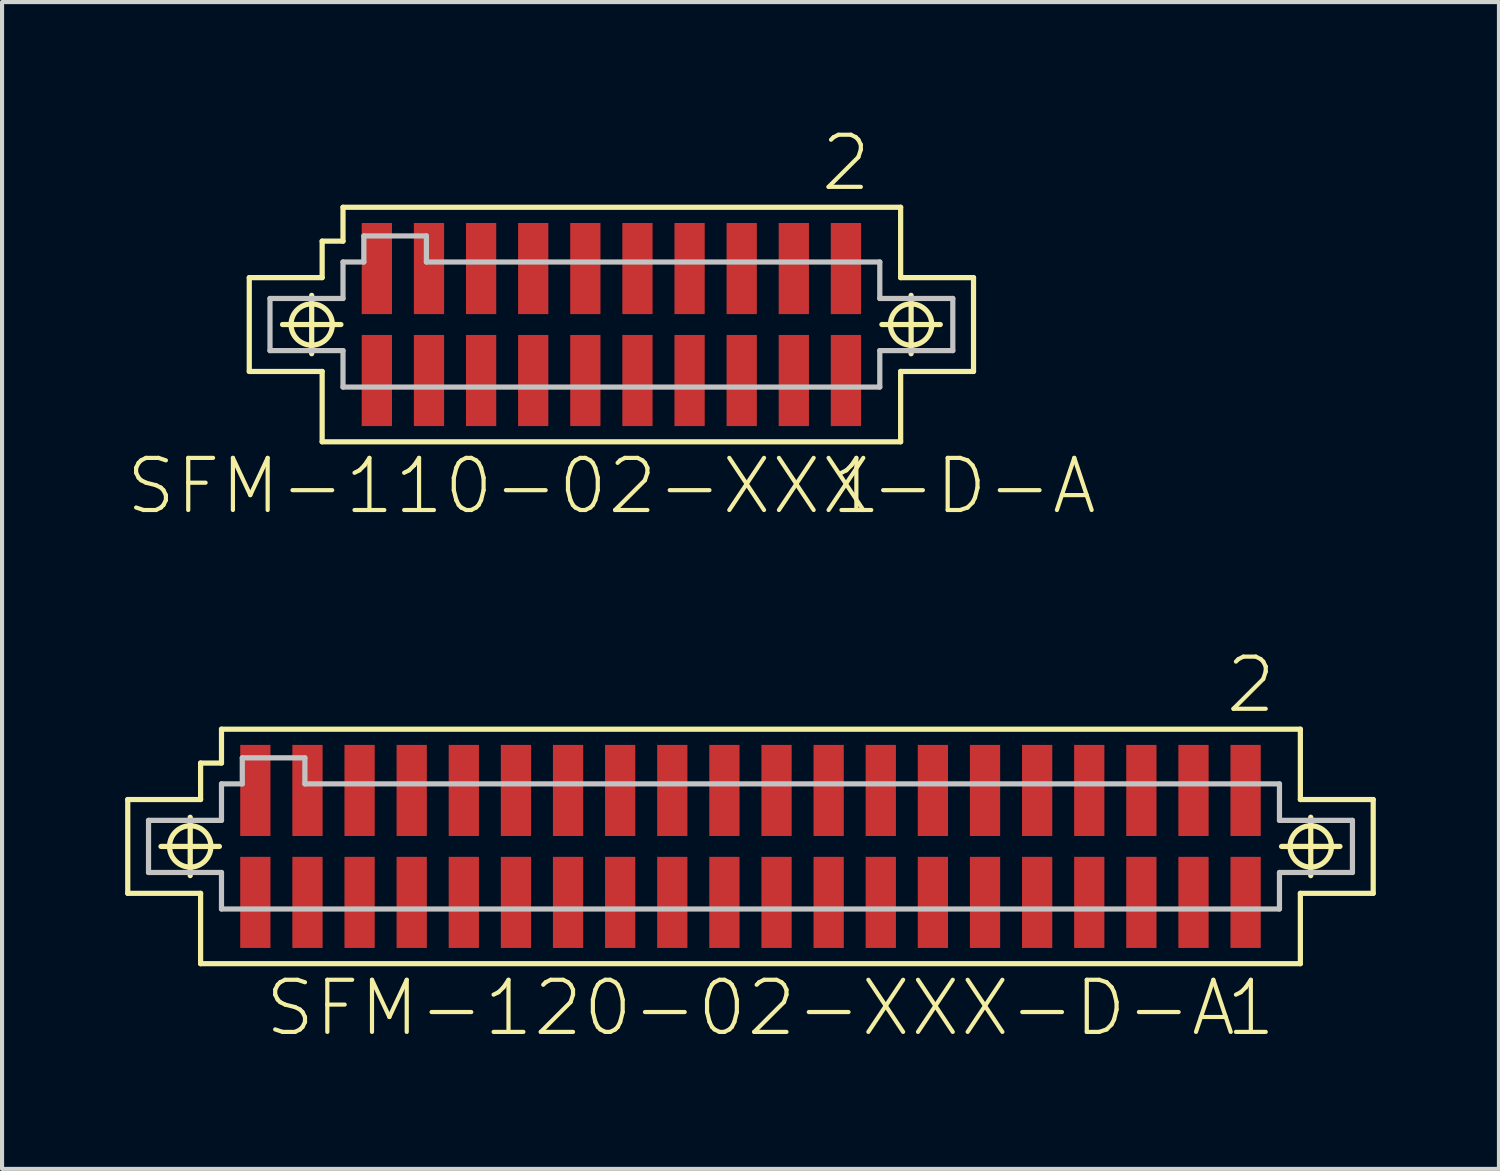
<source format=kicad_pcb>
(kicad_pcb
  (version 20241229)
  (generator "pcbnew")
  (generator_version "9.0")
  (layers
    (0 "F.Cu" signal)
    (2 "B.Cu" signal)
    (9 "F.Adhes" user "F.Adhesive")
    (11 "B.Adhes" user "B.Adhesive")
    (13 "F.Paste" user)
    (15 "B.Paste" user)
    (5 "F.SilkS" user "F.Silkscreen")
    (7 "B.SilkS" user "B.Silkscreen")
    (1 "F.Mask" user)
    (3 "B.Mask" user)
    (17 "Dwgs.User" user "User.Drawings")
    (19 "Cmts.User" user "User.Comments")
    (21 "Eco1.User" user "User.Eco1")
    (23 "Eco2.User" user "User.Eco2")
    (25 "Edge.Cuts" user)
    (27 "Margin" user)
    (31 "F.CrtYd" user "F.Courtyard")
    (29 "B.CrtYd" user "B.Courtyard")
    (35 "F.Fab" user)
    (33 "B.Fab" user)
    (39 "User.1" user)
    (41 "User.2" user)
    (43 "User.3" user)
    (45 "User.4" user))
  (footprint "SFM-120-02-XXX-D-A"
    (layer "F.Cu")
    (at 15.237 17.575)
    (property "Reference" "SFM-120-02-XXX-D-A" (at 0 3.937 0) (layer "F.SilkS") (effects (font (size 1.27 1.27) (thickness 0.102))))
    (attr smd)
    (fp_line (start -15.174 -1.143) (end -13.399 -1.143) (stroke (width 0.127) (type solid)) (layer "F.SilkS"))
    (fp_line (start -15.174 1.143) (end -15.174 -1.143) (stroke (width 0.127) (type solid)) (layer "F.SilkS"))
    (fp_line (start -14.364 0) (end -12.941 0) (stroke (width 0.127) (type solid)) (layer "F.SilkS"))
    (fp_line (start -13.652 0.711) (end -13.652 -0.711) (stroke (width 0.127) (type solid)) (layer "F.SilkS"))
    (fp_line (start -13.399 -2.032) (end -12.89 -2.032) (stroke (width 0.127) (type solid)) (layer "F.SilkS"))
    (fp_line (start -13.399 -1.143) (end -13.399 -2.032) (stroke (width 0.127) (type solid)) (layer "F.SilkS"))
    (fp_line (start -13.399 1.143) (end -15.174 1.143) (stroke (width 0.127) (type solid)) (layer "F.SilkS"))
    (fp_line (start -13.399 2.857) (end -13.399 1.143) (stroke (width 0.127) (type solid)) (layer "F.SilkS"))
    (fp_line (start -12.89 -2.857) (end 13.399 -2.857) (stroke (width 0.127) (type solid)) (layer "F.SilkS"))
    (fp_line (start -12.89 -2.032) (end -12.89 -2.857) (stroke (width 0.127) (type solid)) (layer "F.SilkS"))
    (fp_line (start 12.941 0) (end 14.364 0) (stroke (width 0.127) (type solid)) (layer "F.SilkS"))
    (fp_line (start 13.399 -2.857) (end 13.399 -1.143) (stroke (width 0.127) (type solid)) (layer "F.SilkS"))
    (fp_line (start 13.399 -1.143) (end 15.174 -1.143) (stroke (width 0.127) (type solid)) (layer "F.SilkS"))
    (fp_line (start 13.399 1.143) (end 13.399 2.857) (stroke (width 0.127) (type solid)) (layer "F.SilkS"))
    (fp_line (start 13.399 2.857) (end -13.399 2.857) (stroke (width 0.127) (type solid)) (layer "F.SilkS"))
    (fp_line (start 13.652 0.711) (end 13.652 -0.711) (stroke (width 0.127) (type solid)) (layer "F.SilkS"))
    (fp_line (start 15.174 -1.143) (end 15.174 1.143) (stroke (width 0.127) (type solid)) (layer "F.SilkS"))
    (fp_line (start 15.174 1.143) (end 13.399 1.143) (stroke (width 0.127) (type solid)) (layer "F.SilkS"))
    (fp_circle (center -13.652 0) (end -14.008 0.356) (stroke (width 0.127) (type solid)) (fill no) (layer "F.SilkS"))
    (fp_circle (center 13.652 0) (end 14.008 0.356) (stroke (width 0.127) (type solid)) (fill no) (layer "F.SilkS"))
    (fp_line (start -14.668 -0.635) (end -12.89 -0.635) (stroke (width 0.127) (type solid)) (layer "Dwgs.User"))
    (fp_line (start -14.668 0.635) (end -14.668 -0.635) (stroke (width 0.127) (type solid)) (layer "Dwgs.User"))
    (fp_line (start -12.89 -1.524) (end -12.383 -1.524) (stroke (width 0.127) (type solid)) (layer "Dwgs.User"))
    (fp_line (start -12.89 -0.635) (end -12.89 -1.524) (stroke (width 0.127) (type solid)) (layer "Dwgs.User"))
    (fp_line (start -12.89 0.635) (end -14.668 0.635) (stroke (width 0.127) (type solid)) (layer "Dwgs.User"))
    (fp_line (start -12.89 1.524) (end -12.89 0.635) (stroke (width 0.127) (type solid)) (layer "Dwgs.User"))
    (fp_line (start -12.383 -2.159) (end -10.858 -2.159) (stroke (width 0.127) (type solid)) (layer "Dwgs.User"))
    (fp_line (start -12.383 -1.524) (end -12.383 -2.159) (stroke (width 0.127) (type solid)) (layer "Dwgs.User"))
    (fp_line (start -10.858 -2.159) (end -10.858 -1.524) (stroke (width 0.127) (type solid)) (layer "Dwgs.User"))
    (fp_line (start -10.858 -1.524) (end 12.89 -1.524) (stroke (width 0.127) (type solid)) (layer "Dwgs.User"))
    (fp_line (start 12.89 -1.524) (end 12.89 -0.635) (stroke (width 0.127) (type solid)) (layer "Dwgs.User"))
    (fp_line (start 12.89 -0.635) (end 14.668 -0.635) (stroke (width 0.127) (type solid)) (layer "Dwgs.User"))
    (fp_line (start 12.89 0.635) (end 12.89 1.524) (stroke (width 0.127) (type solid)) (layer "Dwgs.User"))
    (fp_line (start 12.89 1.524) (end -12.89 1.524) (stroke (width 0.127) (type solid)) (layer "Dwgs.User"))
    (fp_line (start 14.668 -0.635) (end 14.668 0.635) (stroke (width 0.127) (type solid)) (layer "Dwgs.User"))
    (fp_line (start 14.668 0.635) (end 12.89 0.635) (stroke (width 0.127) (type solid)) (layer "Dwgs.User"))
    (fp_text user "1" (at 12.192 3.937 0) (layer "F.SilkS") (effects (font (size 1.27 1.27) (thickness 0.102))))
    (fp_text user "2" (at 12.192 -3.937 0) (layer "F.SilkS") (effects (font (size 1.27 1.27) (thickness 0.102))))
    (pad "1" smd rect (at 12.065 1.364) (size 0.737 2.22) (layers "F.Cu" "F.Mask" "F.Paste"))
    (pad "2" smd rect (at 12.065 -1.364) (size 0.737 2.22) (layers "F.Cu" "F.Mask" "F.Paste"))
    (pad "3" smd rect (at 10.795 1.364) (size 0.737 2.22) (layers "F.Cu" "F.Mask" "F.Paste"))
    (pad "4" smd rect (at 10.795 -1.364) (size 0.737 2.22) (layers "F.Cu" "F.Mask" "F.Paste"))
    (pad "5" smd rect (at 9.525 1.364) (size 0.737 2.22) (layers "F.Cu" "F.Mask" "F.Paste"))
    (pad "6" smd rect (at 9.525 -1.364) (size 0.737 2.22) (layers "F.Cu" "F.Mask" "F.Paste"))
    (pad "7" smd rect (at 8.255 1.364) (size 0.737 2.22) (layers "F.Cu" "F.Mask" "F.Paste"))
    (pad "8" smd rect (at 8.255 -1.364) (size 0.737 2.22) (layers "F.Cu" "F.Mask" "F.Paste"))
    (pad "9" smd rect (at 6.985 1.364) (size 0.737 2.22) (layers "F.Cu" "F.Mask" "F.Paste"))
    (pad "10" smd rect (at 6.985 -1.364) (size 0.737 2.22) (layers "F.Cu" "F.Mask" "F.Paste"))
    (pad "11" smd rect (at 5.715 1.364) (size 0.737 2.22) (layers "F.Cu" "F.Mask" "F.Paste"))
    (pad "12" smd rect (at 5.715 -1.364) (size 0.737 2.22) (layers "F.Cu" "F.Mask" "F.Paste"))
    (pad "13" smd rect (at 4.445 1.364) (size 0.737 2.22) (layers "F.Cu" "F.Mask" "F.Paste"))
    (pad "14" smd rect (at 4.445 -1.364) (size 0.737 2.22) (layers "F.Cu" "F.Mask" "F.Paste"))
    (pad "15" smd rect (at 3.175 1.364) (size 0.737 2.22) (layers "F.Cu" "F.Mask" "F.Paste"))
    (pad "16" smd rect (at 3.175 -1.364) (size 0.737 2.22) (layers "F.Cu" "F.Mask" "F.Paste"))
    (pad "17" smd rect (at 1.905 1.364) (size 0.737 2.22) (layers "F.Cu" "F.Mask" "F.Paste"))
    (pad "18" smd rect (at 1.905 -1.364) (size 0.737 2.22) (layers "F.Cu" "F.Mask" "F.Paste"))
    (pad "19" smd rect (at 0.635 1.364) (size 0.737 2.22) (layers "F.Cu" "F.Mask" "F.Paste"))
    (pad "20" smd rect (at 0.635 -1.364) (size 0.737 2.22) (layers "F.Cu" "F.Mask" "F.Paste"))
    (pad "21" smd rect (at -0.635 1.364) (size 0.737 2.22) (layers "F.Cu" "F.Mask" "F.Paste"))
    (pad "22" smd rect (at -0.635 -1.364) (size 0.737 2.22) (layers "F.Cu" "F.Mask" "F.Paste"))
    (pad "23" smd rect (at -1.905 1.364) (size 0.737 2.22) (layers "F.Cu" "F.Mask" "F.Paste"))
    (pad "24" smd rect (at -1.905 -1.364) (size 0.737 2.22) (layers "F.Cu" "F.Mask" "F.Paste"))
    (pad "25" smd rect (at -3.175 1.364) (size 0.737 2.22) (layers "F.Cu" "F.Mask" "F.Paste"))
    (pad "26" smd rect (at -3.175 -1.364) (size 0.737 2.22) (layers "F.Cu" "F.Mask" "F.Paste"))
    (pad "27" smd rect (at -4.445 1.364) (size 0.737 2.22) (layers "F.Cu" "F.Mask" "F.Paste"))
    (pad "28" smd rect (at -4.445 -1.364) (size 0.737 2.22) (layers "F.Cu" "F.Mask" "F.Paste"))
    (pad "29" smd rect (at -5.715 1.364) (size 0.737 2.22) (layers "F.Cu" "F.Mask" "F.Paste"))
    (pad "30" smd rect (at -5.715 -1.364) (size 0.737 2.22) (layers "F.Cu" "F.Mask" "F.Paste"))
    (pad "31" smd rect (at -6.985 1.364) (size 0.737 2.22) (layers "F.Cu" "F.Mask" "F.Paste"))
    (pad "32" smd rect (at -6.985 -1.364) (size 0.737 2.22) (layers "F.Cu" "F.Mask" "F.Paste"))
    (pad "33" smd rect (at -8.255 1.364) (size 0.737 2.22) (layers "F.Cu" "F.Mask" "F.Paste"))
    (pad "34" smd rect (at -8.255 -1.364) (size 0.737 2.22) (layers "F.Cu" "F.Mask" "F.Paste"))
    (pad "35" smd rect (at -9.525 1.364) (size 0.737 2.22) (layers "F.Cu" "F.Mask" "F.Paste"))
    (pad "36" smd rect (at -9.525 -1.364) (size 0.737 2.22) (layers "F.Cu" "F.Mask" "F.Paste"))
    (pad "37" smd rect (at -10.795 1.364) (size 0.737 2.22) (layers "F.Cu" "F.Mask" "F.Paste"))
    (pad "38" smd rect (at -10.795 -1.364) (size 0.737 2.22) (layers "F.Cu" "F.Mask" "F.Paste"))
    (pad "39" smd rect (at -12.065 1.364) (size 0.737 2.22) (layers "F.Cu" "F.Mask" "F.Paste"))
    (pad "40" smd rect (at -12.065 -1.364) (size 0.737 2.22) (layers "F.Cu" "F.Mask" "F.Paste")))
  (footprint "SFM-110-02-XXX-D-A"
    (layer "F.Cu")
    (at 11.848 4.858)
    (property "Reference" "SFM-110-02-XXX-D-A" (at 0 3.937 0) (layer "F.SilkS") (effects (font (size 1.27 1.27) (thickness 0.102))))
    (attr smd)
    (fp_line (start -8.824 -1.143) (end -7.048 -1.143) (stroke (width 0.127) (type solid)) (layer "F.SilkS"))
    (fp_line (start -8.824 1.143) (end -8.824 -1.143) (stroke (width 0.127) (type solid)) (layer "F.SilkS"))
    (fp_line (start -8.014 0) (end -6.591 0) (stroke (width 0.127) (type solid)) (layer "F.SilkS"))
    (fp_line (start -7.303 0.711) (end -7.303 -0.711) (stroke (width 0.127) (type solid)) (layer "F.SilkS"))
    (fp_line (start -7.048 -2.032) (end -6.54 -2.032) (stroke (width 0.127) (type solid)) (layer "F.SilkS"))
    (fp_line (start -7.048 -1.143) (end -7.048 -2.032) (stroke (width 0.127) (type solid)) (layer "F.SilkS"))
    (fp_line (start -7.048 1.143) (end -8.824 1.143) (stroke (width 0.127) (type solid)) (layer "F.SilkS"))
    (fp_line (start -7.048 2.857) (end -7.048 1.143) (stroke (width 0.127) (type solid)) (layer "F.SilkS"))
    (fp_line (start -6.54 -2.857) (end 7.048 -2.857) (stroke (width 0.127) (type solid)) (layer "F.SilkS"))
    (fp_line (start -6.54 -2.032) (end -6.54 -2.857) (stroke (width 0.127) (type solid)) (layer "F.SilkS"))
    (fp_line (start 6.591 0) (end 8.014 0) (stroke (width 0.127) (type solid)) (layer "F.SilkS"))
    (fp_line (start 7.048 -2.857) (end 7.048 -1.143) (stroke (width 0.127) (type solid)) (layer "F.SilkS"))
    (fp_line (start 7.048 -1.143) (end 8.824 -1.143) (stroke (width 0.127) (type solid)) (layer "F.SilkS"))
    (fp_line (start 7.048 1.143) (end 7.048 2.857) (stroke (width 0.127) (type solid)) (layer "F.SilkS"))
    (fp_line (start 7.048 2.857) (end -7.048 2.857) (stroke (width 0.127) (type solid)) (layer "F.SilkS"))
    (fp_line (start 7.303 0.711) (end 7.303 -0.711) (stroke (width 0.127) (type solid)) (layer "F.SilkS"))
    (fp_line (start 8.824 -1.143) (end 8.824 1.143) (stroke (width 0.127) (type solid)) (layer "F.SilkS"))
    (fp_line (start 8.824 1.143) (end 7.048 1.143) (stroke (width 0.127) (type solid)) (layer "F.SilkS"))
    (fp_circle (center -7.303 0) (end -7.658 0.356) (stroke (width 0.127) (type solid)) (fill no) (layer "F.SilkS"))
    (fp_circle (center 7.303 0) (end 7.658 0.356) (stroke (width 0.127) (type solid)) (fill no) (layer "F.SilkS"))
    (fp_line (start -8.319 -0.635) (end -6.54 -0.635) (stroke (width 0.127) (type solid)) (layer "Dwgs.User"))
    (fp_line (start -8.319 0.635) (end -8.319 -0.635) (stroke (width 0.127) (type solid)) (layer "Dwgs.User"))
    (fp_line (start -6.54 -1.524) (end -6.032 -1.524) (stroke (width 0.127) (type solid)) (layer "Dwgs.User"))
    (fp_line (start -6.54 -0.635) (end -6.54 -1.524) (stroke (width 0.127) (type solid)) (layer "Dwgs.User"))
    (fp_line (start -6.54 0.635) (end -8.319 0.635) (stroke (width 0.127) (type solid)) (layer "Dwgs.User"))
    (fp_line (start -6.54 1.524) (end -6.54 0.635) (stroke (width 0.127) (type solid)) (layer "Dwgs.User"))
    (fp_line (start -6.032 -2.159) (end -4.508 -2.159) (stroke (width 0.127) (type solid)) (layer "Dwgs.User"))
    (fp_line (start -6.032 -1.524) (end -6.032 -2.159) (stroke (width 0.127) (type solid)) (layer "Dwgs.User"))
    (fp_line (start -4.508 -2.159) (end -4.508 -1.524) (stroke (width 0.127) (type solid)) (layer "Dwgs.User"))
    (fp_line (start -4.508 -1.524) (end 6.54 -1.524) (stroke (width 0.127) (type solid)) (layer "Dwgs.User"))
    (fp_line (start 6.54 -1.524) (end 6.54 -0.635) (stroke (width 0.127) (type solid)) (layer "Dwgs.User"))
    (fp_line (start 6.54 -0.635) (end 8.319 -0.635) (stroke (width 0.127) (type solid)) (layer "Dwgs.User"))
    (fp_line (start 6.54 0.635) (end 6.54 1.524) (stroke (width 0.127) (type solid)) (layer "Dwgs.User"))
    (fp_line (start 6.54 1.524) (end -6.54 1.524) (stroke (width 0.127) (type solid)) (layer "Dwgs.User"))
    (fp_line (start 8.319 -0.635) (end 8.319 0.635) (stroke (width 0.127) (type solid)) (layer "Dwgs.User"))
    (fp_line (start 8.319 0.635) (end 6.54 0.635) (stroke (width 0.127) (type solid)) (layer "Dwgs.User"))
    (fp_text user "2" (at 5.715 -3.937 0) (layer "F.SilkS") (effects (font (size 1.27 1.27) (thickness 0.102))))
    (fp_text user "1" (at 5.969 3.937 0) (layer "F.SilkS") (effects (font (size 1.27 1.27) (thickness 0.102))))
    (pad "1" smd rect (at 5.715 1.364) (size 0.737 2.22) (layers "F.Cu" "F.Mask" "F.Paste"))
    (pad "2" smd rect (at 5.715 -1.364) (size 0.737 2.22) (layers "F.Cu" "F.Mask" "F.Paste"))
    (pad "3" smd rect (at 4.445 1.364) (size 0.737 2.22) (layers "F.Cu" "F.Mask" "F.Paste"))
    (pad "4" smd rect (at 4.445 -1.364) (size 0.737 2.22) (layers "F.Cu" "F.Mask" "F.Paste"))
    (pad "5" smd rect (at 3.175 1.364) (size 0.737 2.22) (layers "F.Cu" "F.Mask" "F.Paste"))
    (pad "6" smd rect (at 3.175 -1.364) (size 0.737 2.22) (layers "F.Cu" "F.Mask" "F.Paste"))
    (pad "7" smd rect (at 1.905 1.364) (size 0.737 2.22) (layers "F.Cu" "F.Mask" "F.Paste"))
    (pad "8" smd rect (at 1.905 -1.364) (size 0.737 2.22) (layers "F.Cu" "F.Mask" "F.Paste"))
    (pad "9" smd rect (at 0.635 1.364) (size 0.737 2.22) (layers "F.Cu" "F.Mask" "F.Paste"))
    (pad "10" smd rect (at 0.635 -1.364) (size 0.737 2.22) (layers "F.Cu" "F.Mask" "F.Paste"))
    (pad "11" smd rect (at -0.635 1.364) (size 0.737 2.22) (layers "F.Cu" "F.Mask" "F.Paste"))
    (pad "12" smd rect (at -0.635 -1.364) (size 0.737 2.22) (layers "F.Cu" "F.Mask" "F.Paste"))
    (pad "13" smd rect (at -1.905 1.364) (size 0.737 2.22) (layers "F.Cu" "F.Mask" "F.Paste"))
    (pad "14" smd rect (at -1.905 -1.364) (size 0.737 2.22) (layers "F.Cu" "F.Mask" "F.Paste"))
    (pad "15" smd rect (at -3.175 1.364) (size 0.737 2.22) (layers "F.Cu" "F.Mask" "F.Paste"))
    (pad "16" smd rect (at -3.175 -1.364) (size 0.737 2.22) (layers "F.Cu" "F.Mask" "F.Paste"))
    (pad "17" smd rect (at -4.445 1.364) (size 0.737 2.22) (layers "F.Cu" "F.Mask" "F.Paste"))
    (pad "18" smd rect (at -4.445 -1.364) (size 0.737 2.22) (layers "F.Cu" "F.Mask" "F.Paste"))
    (pad "19" smd rect (at -5.715 1.364) (size 0.737 2.22) (layers "F.Cu" "F.Mask" "F.Paste"))
    (pad "20" smd rect (at -5.715 -1.364) (size 0.737 2.22) (layers "F.Cu" "F.Mask" "F.Paste")))
  (gr_rect
    (start -3 -3)
    (end 33.475 25.433)
    (stroke (width 0.1) (type default))
    (fill no)
    (layer "Edge.Cuts")))
</source>
